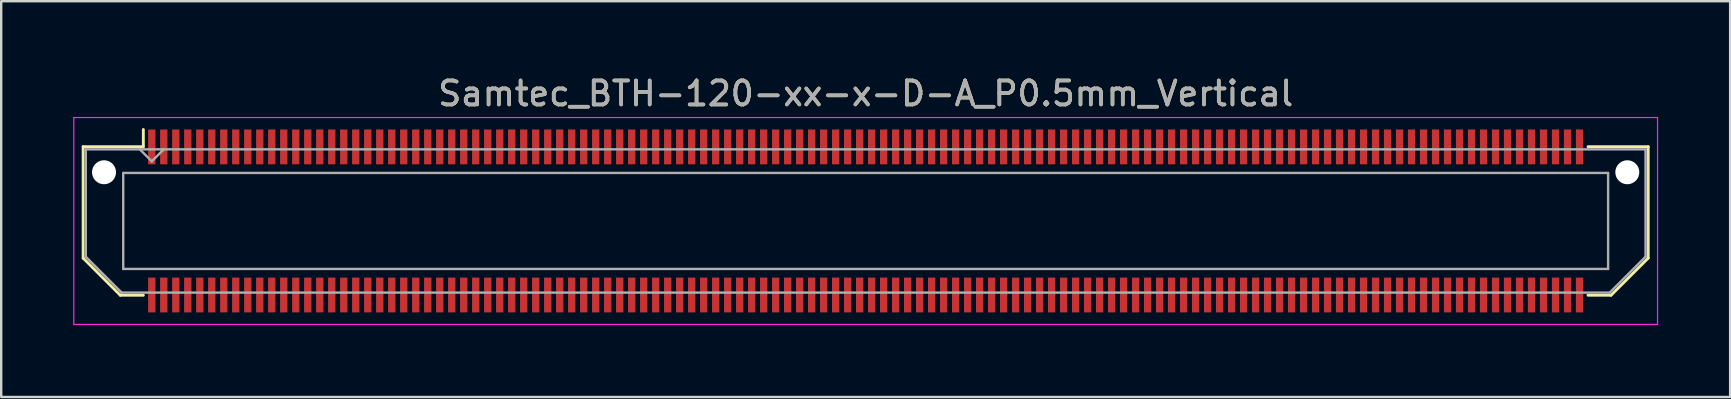
<source format=kicad_pcb>
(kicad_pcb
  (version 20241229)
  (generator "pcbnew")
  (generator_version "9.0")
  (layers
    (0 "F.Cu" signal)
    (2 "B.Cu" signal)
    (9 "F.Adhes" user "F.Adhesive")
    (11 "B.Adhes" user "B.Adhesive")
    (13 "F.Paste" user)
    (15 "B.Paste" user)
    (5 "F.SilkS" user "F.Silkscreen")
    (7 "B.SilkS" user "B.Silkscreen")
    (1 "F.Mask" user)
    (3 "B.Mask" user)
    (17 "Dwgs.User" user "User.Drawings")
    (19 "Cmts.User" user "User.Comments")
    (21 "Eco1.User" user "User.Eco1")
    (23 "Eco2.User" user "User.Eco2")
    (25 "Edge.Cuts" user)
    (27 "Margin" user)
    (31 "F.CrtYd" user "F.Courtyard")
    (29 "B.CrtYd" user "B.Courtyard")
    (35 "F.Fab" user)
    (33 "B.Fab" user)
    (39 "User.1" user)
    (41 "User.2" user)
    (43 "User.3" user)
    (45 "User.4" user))
  (footprint "Samtec_BTH-120-xx-x-D-A_P0.5mm_Vertical"
    (layer "F.Cu")
    (at 33.025 6.158)
    (property "Reference" "Samtec_BTH-120-xx-x-D-A_P0.5mm_Vertical" (at 0 -5.31 0) (layer "F.SilkS") (effects (font (size 1 1) (thickness 0.15))))
    (attr smd)
    (fp_line (start -32.61 -3.095) (end -32.61 1.548) (stroke (width 0.12) (type solid)) (layer "F.SilkS"))
    (fp_line (start -32.61 1.548) (end -31.062 3.095) (stroke (width 0.12) (type solid)) (layer "F.SilkS"))
    (fp_line (start -31.062 3.095) (end -30.102 3.095) (stroke (width 0.12) (type solid)) (layer "F.SilkS"))
    (fp_line (start -30.102 -3.811) (end -30.102 -3.095) (stroke (width 0.12) (type solid)) (layer "F.SilkS"))
    (fp_line (start -30.102 -3.095) (end -32.61 -3.095) (stroke (width 0.12) (type solid)) (layer "F.SilkS"))
    (fp_line (start 30.102 -3.095) (end 32.61 -3.095) (stroke (width 0.12) (type solid)) (layer "F.SilkS"))
    (fp_line (start 31.062 3.095) (end 30.102 3.095) (stroke (width 0.12) (type solid)) (layer "F.SilkS"))
    (fp_line (start 32.61 -3.095) (end 32.61 1.548) (stroke (width 0.12) (type solid)) (layer "F.SilkS"))
    (fp_line (start 32.61 1.548) (end 31.062 3.095) (stroke (width 0.12) (type solid)) (layer "F.SilkS"))
    (fp_line (start -33 -4.31) (end -33 4.31) (stroke (width 0.05) (type solid)) (layer "F.CrtYd"))
    (fp_line (start -33 4.31) (end 33 4.31) (stroke (width 0.05) (type solid)) (layer "F.CrtYd"))
    (fp_line (start 33 -4.31) (end -33 -4.31) (stroke (width 0.05) (type solid)) (layer "F.CrtYd"))
    (fp_line (start 33 4.31) (end 33 -4.31) (stroke (width 0.05) (type solid)) (layer "F.CrtYd"))
    (fp_line (start -32.5 -2.985) (end -32.5 1.492) (stroke (width 0.1) (type solid)) (layer "F.Fab"))
    (fp_line (start -32.5 -2.985) (end 32.5 -2.985) (stroke (width 0.1) (type solid)) (layer "F.Fab"))
    (fp_line (start -32.5 1.492) (end -31.008 2.985) (stroke (width 0.1) (type solid)) (layer "F.Fab"))
    (fp_line (start -31.008 2.985) (end 31.008 2.985) (stroke (width 0.1) (type solid)) (layer "F.Fab"))
    (fp_line (start -30.94 -2) (end -30.94 2) (stroke (width 0.1) (type solid)) (layer "F.Fab"))
    (fp_line (start -30.94 2) (end 30.94 2) (stroke (width 0.1) (type solid)) (layer "F.Fab"))
    (fp_line (start -29.75 -2.485) (end -30.25 -2.985) (stroke (width 0.1) (type solid)) (layer "F.Fab"))
    (fp_line (start -29.25 -2.985) (end -29.75 -2.485) (stroke (width 0.1) (type solid)) (layer "F.Fab"))
    (fp_line (start 30.94 -2) (end -30.94 -2) (stroke (width 0.1) (type solid)) (layer "F.Fab"))
    (fp_line (start 30.94 2) (end 30.94 -2) (stroke (width 0.1) (type solid)) (layer "F.Fab"))
    (fp_line (start 32.5 -2.985) (end 32.5 1.492) (stroke (width 0.1) (type solid)) (layer "F.Fab"))
    (fp_line (start 32.5 1.492) (end 31.008 2.985) (stroke (width 0.1) (type solid)) (layer "F.Fab"))
    (fp_text user "${REFERENCE}" (at 0 -5.31 0) (layer "F.Fab") (effects (font (size 1 1) (thickness 0.15))))
    (pad "" np_thru_hole circle (at -31.74 -2.03) (size 1 1) (drill 1) (layers "*.Cu" "*.Mask"))
    (pad "" np_thru_hole circle (at 31.74 -2.03) (size 1 1) (drill 1) (layers "*.Cu" "*.Mask"))
    (pad "1" smd rect (at -29.75 -3.086) (size 0.305 1.45) (layers "F.Cu" "F.Mask" "F.Paste"))
    (pad "2" smd rect (at -29.75 3.086) (size 0.305 1.45) (layers "F.Cu" "F.Mask" "F.Paste"))
    (pad "3" smd rect (at -29.25 -3.086) (size 0.305 1.45) (layers "F.Cu" "F.Mask" "F.Paste"))
    (pad "4" smd rect (at -29.25 3.086) (size 0.305 1.45) (layers "F.Cu" "F.Mask" "F.Paste"))
    (pad "5" smd rect (at -28.75 -3.086) (size 0.305 1.45) (layers "F.Cu" "F.Mask" "F.Paste"))
    (pad "6" smd rect (at -28.75 3.086) (size 0.305 1.45) (layers "F.Cu" "F.Mask" "F.Paste"))
    (pad "7" smd rect (at -28.25 -3.086) (size 0.305 1.45) (layers "F.Cu" "F.Mask" "F.Paste"))
    (pad "8" smd rect (at -28.25 3.086) (size 0.305 1.45) (layers "F.Cu" "F.Mask" "F.Paste"))
    (pad "9" smd rect (at -27.75 -3.086) (size 0.305 1.45) (layers "F.Cu" "F.Mask" "F.Paste"))
    (pad "10" smd rect (at -27.75 3.086) (size 0.305 1.45) (layers "F.Cu" "F.Mask" "F.Paste"))
    (pad "11" smd rect (at -27.25 -3.086) (size 0.305 1.45) (layers "F.Cu" "F.Mask" "F.Paste"))
    (pad "12" smd rect (at -27.25 3.086) (size 0.305 1.45) (layers "F.Cu" "F.Mask" "F.Paste"))
    (pad "13" smd rect (at -26.75 -3.086) (size 0.305 1.45) (layers "F.Cu" "F.Mask" "F.Paste"))
    (pad "14" smd rect (at -26.75 3.086) (size 0.305 1.45) (layers "F.Cu" "F.Mask" "F.Paste"))
    (pad "15" smd rect (at -26.25 -3.086) (size 0.305 1.45) (layers "F.Cu" "F.Mask" "F.Paste"))
    (pad "16" smd rect (at -26.25 3.086) (size 0.305 1.45) (layers "F.Cu" "F.Mask" "F.Paste"))
    (pad "17" smd rect (at -25.75 -3.086) (size 0.305 1.45) (layers "F.Cu" "F.Mask" "F.Paste"))
    (pad "18" smd rect (at -25.75 3.086) (size 0.305 1.45) (layers "F.Cu" "F.Mask" "F.Paste"))
    (pad "19" smd rect (at -25.25 -3.086) (size 0.305 1.45) (layers "F.Cu" "F.Mask" "F.Paste"))
    (pad "20" smd rect (at -25.25 3.086) (size 0.305 1.45) (layers "F.Cu" "F.Mask" "F.Paste"))
    (pad "21" smd rect (at -24.75 -3.086) (size 0.305 1.45) (layers "F.Cu" "F.Mask" "F.Paste"))
    (pad "22" smd rect (at -24.75 3.086) (size 0.305 1.45) (layers "F.Cu" "F.Mask" "F.Paste"))
    (pad "23" smd rect (at -24.25 -3.086) (size 0.305 1.45) (layers "F.Cu" "F.Mask" "F.Paste"))
    (pad "24" smd rect (at -24.25 3.086) (size 0.305 1.45) (layers "F.Cu" "F.Mask" "F.Paste"))
    (pad "25" smd rect (at -23.75 -3.086) (size 0.305 1.45) (layers "F.Cu" "F.Mask" "F.Paste"))
    (pad "26" smd rect (at -23.75 3.086) (size 0.305 1.45) (layers "F.Cu" "F.Mask" "F.Paste"))
    (pad "27" smd rect (at -23.25 -3.086) (size 0.305 1.45) (layers "F.Cu" "F.Mask" "F.Paste"))
    (pad "28" smd rect (at -23.25 3.086) (size 0.305 1.45) (layers "F.Cu" "F.Mask" "F.Paste"))
    (pad "29" smd rect (at -22.75 -3.086) (size 0.305 1.45) (layers "F.Cu" "F.Mask" "F.Paste"))
    (pad "30" smd rect (at -22.75 3.086) (size 0.305 1.45) (layers "F.Cu" "F.Mask" "F.Paste"))
    (pad "31" smd rect (at -22.25 -3.086) (size 0.305 1.45) (layers "F.Cu" "F.Mask" "F.Paste"))
    (pad "32" smd rect (at -22.25 3.086) (size 0.305 1.45) (layers "F.Cu" "F.Mask" "F.Paste"))
    (pad "33" smd rect (at -21.75 -3.086) (size 0.305 1.45) (layers "F.Cu" "F.Mask" "F.Paste"))
    (pad "34" smd rect (at -21.75 3.086) (size 0.305 1.45) (layers "F.Cu" "F.Mask" "F.Paste"))
    (pad "35" smd rect (at -21.25 -3.086) (size 0.305 1.45) (layers "F.Cu" "F.Mask" "F.Paste"))
    (pad "36" smd rect (at -21.25 3.086) (size 0.305 1.45) (layers "F.Cu" "F.Mask" "F.Paste"))
    (pad "37" smd rect (at -20.75 -3.086) (size 0.305 1.45) (layers "F.Cu" "F.Mask" "F.Paste"))
    (pad "38" smd rect (at -20.75 3.086) (size 0.305 1.45) (layers "F.Cu" "F.Mask" "F.Paste"))
    (pad "39" smd rect (at -20.25 -3.086) (size 0.305 1.45) (layers "F.Cu" "F.Mask" "F.Paste"))
    (pad "40" smd rect (at -20.25 3.086) (size 0.305 1.45) (layers "F.Cu" "F.Mask" "F.Paste"))
    (pad "41" smd rect (at -19.75 -3.086) (size 0.305 1.45) (layers "F.Cu" "F.Mask" "F.Paste"))
    (pad "42" smd rect (at -19.75 3.086) (size 0.305 1.45) (layers "F.Cu" "F.Mask" "F.Paste"))
    (pad "43" smd rect (at -19.25 -3.086) (size 0.305 1.45) (layers "F.Cu" "F.Mask" "F.Paste"))
    (pad "44" smd rect (at -19.25 3.086) (size 0.305 1.45) (layers "F.Cu" "F.Mask" "F.Paste"))
    (pad "45" smd rect (at -18.75 -3.086) (size 0.305 1.45) (layers "F.Cu" "F.Mask" "F.Paste"))
    (pad "46" smd rect (at -18.75 3.086) (size 0.305 1.45) (layers "F.Cu" "F.Mask" "F.Paste"))
    (pad "47" smd rect (at -18.25 -3.086) (size 0.305 1.45) (layers "F.Cu" "F.Mask" "F.Paste"))
    (pad "48" smd rect (at -18.25 3.086) (size 0.305 1.45) (layers "F.Cu" "F.Mask" "F.Paste"))
    (pad "49" smd rect (at -17.75 -3.086) (size 0.305 1.45) (layers "F.Cu" "F.Mask" "F.Paste"))
    (pad "50" smd rect (at -17.75 3.086) (size 0.305 1.45) (layers "F.Cu" "F.Mask" "F.Paste"))
    (pad "51" smd rect (at -17.25 -3.086) (size 0.305 1.45) (layers "F.Cu" "F.Mask" "F.Paste"))
    (pad "52" smd rect (at -17.25 3.086) (size 0.305 1.45) (layers "F.Cu" "F.Mask" "F.Paste"))
    (pad "53" smd rect (at -16.75 -3.086) (size 0.305 1.45) (layers "F.Cu" "F.Mask" "F.Paste"))
    (pad "54" smd rect (at -16.75 3.086) (size 0.305 1.45) (layers "F.Cu" "F.Mask" "F.Paste"))
    (pad "55" smd rect (at -16.25 -3.086) (size 0.305 1.45) (layers "F.Cu" "F.Mask" "F.Paste"))
    (pad "56" smd rect (at -16.25 3.086) (size 0.305 1.45) (layers "F.Cu" "F.Mask" "F.Paste"))
    (pad "57" smd rect (at -15.75 -3.086) (size 0.305 1.45) (layers "F.Cu" "F.Mask" "F.Paste"))
    (pad "58" smd rect (at -15.75 3.086) (size 0.305 1.45) (layers "F.Cu" "F.Mask" "F.Paste"))
    (pad "59" smd rect (at -15.25 -3.086) (size 0.305 1.45) (layers "F.Cu" "F.Mask" "F.Paste"))
    (pad "60" smd rect (at -15.25 3.086) (size 0.305 1.45) (layers "F.Cu" "F.Mask" "F.Paste"))
    (pad "61" smd rect (at -14.75 -3.086) (size 0.305 1.45) (layers "F.Cu" "F.Mask" "F.Paste"))
    (pad "62" smd rect (at -14.75 3.086) (size 0.305 1.45) (layers "F.Cu" "F.Mask" "F.Paste"))
    (pad "63" smd rect (at -14.25 -3.086) (size 0.305 1.45) (layers "F.Cu" "F.Mask" "F.Paste"))
    (pad "64" smd rect (at -14.25 3.086) (size 0.305 1.45) (layers "F.Cu" "F.Mask" "F.Paste"))
    (pad "65" smd rect (at -13.75 -3.086) (size 0.305 1.45) (layers "F.Cu" "F.Mask" "F.Paste"))
    (pad "66" smd rect (at -13.75 3.086) (size 0.305 1.45) (layers "F.Cu" "F.Mask" "F.Paste"))
    (pad "67" smd rect (at -13.25 -3.086) (size 0.305 1.45) (layers "F.Cu" "F.Mask" "F.Paste"))
    (pad "68" smd rect (at -13.25 3.086) (size 0.305 1.45) (layers "F.Cu" "F.Mask" "F.Paste"))
    (pad "69" smd rect (at -12.75 -3.086) (size 0.305 1.45) (layers "F.Cu" "F.Mask" "F.Paste"))
    (pad "70" smd rect (at -12.75 3.086) (size 0.305 1.45) (layers "F.Cu" "F.Mask" "F.Paste"))
    (pad "71" smd rect (at -12.25 -3.086) (size 0.305 1.45) (layers "F.Cu" "F.Mask" "F.Paste"))
    (pad "72" smd rect (at -12.25 3.086) (size 0.305 1.45) (layers "F.Cu" "F.Mask" "F.Paste"))
    (pad "73" smd rect (at -11.75 -3.086) (size 0.305 1.45) (layers "F.Cu" "F.Mask" "F.Paste"))
    (pad "74" smd rect (at -11.75 3.086) (size 0.305 1.45) (layers "F.Cu" "F.Mask" "F.Paste"))
    (pad "75" smd rect (at -11.25 -3.086) (size 0.305 1.45) (layers "F.Cu" "F.Mask" "F.Paste"))
    (pad "76" smd rect (at -11.25 3.086) (size 0.305 1.45) (layers "F.Cu" "F.Mask" "F.Paste"))
    (pad "77" smd rect (at -10.75 -3.086) (size 0.305 1.45) (layers "F.Cu" "F.Mask" "F.Paste"))
    (pad "78" smd rect (at -10.75 3.086) (size 0.305 1.45) (layers "F.Cu" "F.Mask" "F.Paste"))
    (pad "79" smd rect (at -10.25 -3.086) (size 0.305 1.45) (layers "F.Cu" "F.Mask" "F.Paste"))
    (pad "80" smd rect (at -10.25 3.086) (size 0.305 1.45) (layers "F.Cu" "F.Mask" "F.Paste"))
    (pad "81" smd rect (at -9.75 -3.086) (size 0.305 1.45) (layers "F.Cu" "F.Mask" "F.Paste"))
    (pad "82" smd rect (at -9.75 3.086) (size 0.305 1.45) (layers "F.Cu" "F.Mask" "F.Paste"))
    (pad "83" smd rect (at -9.25 -3.086) (size 0.305 1.45) (layers "F.Cu" "F.Mask" "F.Paste"))
    (pad "84" smd rect (at -9.25 3.086) (size 0.305 1.45) (layers "F.Cu" "F.Mask" "F.Paste"))
    (pad "85" smd rect (at -8.75 -3.086) (size 0.305 1.45) (layers "F.Cu" "F.Mask" "F.Paste"))
    (pad "86" smd rect (at -8.75 3.086) (size 0.305 1.45) (layers "F.Cu" "F.Mask" "F.Paste"))
    (pad "87" smd rect (at -8.25 -3.086) (size 0.305 1.45) (layers "F.Cu" "F.Mask" "F.Paste"))
    (pad "88" smd rect (at -8.25 3.086) (size 0.305 1.45) (layers "F.Cu" "F.Mask" "F.Paste"))
    (pad "89" smd rect (at -7.75 -3.086) (size 0.305 1.45) (layers "F.Cu" "F.Mask" "F.Paste"))
    (pad "90" smd rect (at -7.75 3.086) (size 0.305 1.45) (layers "F.Cu" "F.Mask" "F.Paste"))
    (pad "91" smd rect (at -7.25 -3.086) (size 0.305 1.45) (layers "F.Cu" "F.Mask" "F.Paste"))
    (pad "92" smd rect (at -7.25 3.086) (size 0.305 1.45) (layers "F.Cu" "F.Mask" "F.Paste"))
    (pad "93" smd rect (at -6.75 -3.086) (size 0.305 1.45) (layers "F.Cu" "F.Mask" "F.Paste"))
    (pad "94" smd rect (at -6.75 3.086) (size 0.305 1.45) (layers "F.Cu" "F.Mask" "F.Paste"))
    (pad "95" smd rect (at -6.25 -3.086) (size 0.305 1.45) (layers "F.Cu" "F.Mask" "F.Paste"))
    (pad "96" smd rect (at -6.25 3.086) (size 0.305 1.45) (layers "F.Cu" "F.Mask" "F.Paste"))
    (pad "97" smd rect (at -5.75 -3.086) (size 0.305 1.45) (layers "F.Cu" "F.Mask" "F.Paste"))
    (pad "98" smd rect (at -5.75 3.086) (size 0.305 1.45) (layers "F.Cu" "F.Mask" "F.Paste"))
    (pad "99" smd rect (at -5.25 -3.086) (size 0.305 1.45) (layers "F.Cu" "F.Mask" "F.Paste"))
    (pad "100" smd rect (at -5.25 3.086) (size 0.305 1.45) (layers "F.Cu" "F.Mask" "F.Paste"))
    (pad "101" smd rect (at -4.75 -3.086) (size 0.305 1.45) (layers "F.Cu" "F.Mask" "F.Paste"))
    (pad "102" smd rect (at -4.75 3.086) (size 0.305 1.45) (layers "F.Cu" "F.Mask" "F.Paste"))
    (pad "103" smd rect (at -4.25 -3.086) (size 0.305 1.45) (layers "F.Cu" "F.Mask" "F.Paste"))
    (pad "104" smd rect (at -4.25 3.086) (size 0.305 1.45) (layers "F.Cu" "F.Mask" "F.Paste"))
    (pad "105" smd rect (at -3.75 -3.086) (size 0.305 1.45) (layers "F.Cu" "F.Mask" "F.Paste"))
    (pad "106" smd rect (at -3.75 3.086) (size 0.305 1.45) (layers "F.Cu" "F.Mask" "F.Paste"))
    (pad "107" smd rect (at -3.25 -3.086) (size 0.305 1.45) (layers "F.Cu" "F.Mask" "F.Paste"))
    (pad "108" smd rect (at -3.25 3.086) (size 0.305 1.45) (layers "F.Cu" "F.Mask" "F.Paste"))
    (pad "109" smd rect (at -2.75 -3.086) (size 0.305 1.45) (layers "F.Cu" "F.Mask" "F.Paste"))
    (pad "110" smd rect (at -2.75 3.086) (size 0.305 1.45) (layers "F.Cu" "F.Mask" "F.Paste"))
    (pad "111" smd rect (at -2.25 -3.086) (size 0.305 1.45) (layers "F.Cu" "F.Mask" "F.Paste"))
    (pad "112" smd rect (at -2.25 3.086) (size 0.305 1.45) (layers "F.Cu" "F.Mask" "F.Paste"))
    (pad "113" smd rect (at -1.75 -3.086) (size 0.305 1.45) (layers "F.Cu" "F.Mask" "F.Paste"))
    (pad "114" smd rect (at -1.75 3.086) (size 0.305 1.45) (layers "F.Cu" "F.Mask" "F.Paste"))
    (pad "115" smd rect (at -1.25 -3.086) (size 0.305 1.45) (layers "F.Cu" "F.Mask" "F.Paste"))
    (pad "116" smd rect (at -1.25 3.086) (size 0.305 1.45) (layers "F.Cu" "F.Mask" "F.Paste"))
    (pad "117" smd rect (at -0.75 -3.086) (size 0.305 1.45) (layers "F.Cu" "F.Mask" "F.Paste"))
    (pad "118" smd rect (at -0.75 3.086) (size 0.305 1.45) (layers "F.Cu" "F.Mask" "F.Paste"))
    (pad "119" smd rect (at -0.25 -3.086) (size 0.305 1.45) (layers "F.Cu" "F.Mask" "F.Paste"))
    (pad "120" smd rect (at -0.25 3.086) (size 0.305 1.45) (layers "F.Cu" "F.Mask" "F.Paste"))
    (pad "121" smd rect (at 0.25 -3.086) (size 0.305 1.45) (layers "F.Cu" "F.Mask" "F.Paste"))
    (pad "122" smd rect (at 0.25 3.086) (size 0.305 1.45) (layers "F.Cu" "F.Mask" "F.Paste"))
    (pad "123" smd rect (at 0.75 -3.086) (size 0.305 1.45) (layers "F.Cu" "F.Mask" "F.Paste"))
    (pad "124" smd rect (at 0.75 3.086) (size 0.305 1.45) (layers "F.Cu" "F.Mask" "F.Paste"))
    (pad "125" smd rect (at 1.25 -3.086) (size 0.305 1.45) (layers "F.Cu" "F.Mask" "F.Paste"))
    (pad "126" smd rect (at 1.25 3.086) (size 0.305 1.45) (layers "F.Cu" "F.Mask" "F.Paste"))
    (pad "127" smd rect (at 1.75 -3.086) (size 0.305 1.45) (layers "F.Cu" "F.Mask" "F.Paste"))
    (pad "128" smd rect (at 1.75 3.086) (size 0.305 1.45) (layers "F.Cu" "F.Mask" "F.Paste"))
    (pad "129" smd rect (at 2.25 -3.086) (size 0.305 1.45) (layers "F.Cu" "F.Mask" "F.Paste"))
    (pad "130" smd rect (at 2.25 3.086) (size 0.305 1.45) (layers "F.Cu" "F.Mask" "F.Paste"))
    (pad "131" smd rect (at 2.75 -3.086) (size 0.305 1.45) (layers "F.Cu" "F.Mask" "F.Paste"))
    (pad "132" smd rect (at 2.75 3.086) (size 0.305 1.45) (layers "F.Cu" "F.Mask" "F.Paste"))
    (pad "133" smd rect (at 3.25 -3.086) (size 0.305 1.45) (layers "F.Cu" "F.Mask" "F.Paste"))
    (pad "134" smd rect (at 3.25 3.086) (size 0.305 1.45) (layers "F.Cu" "F.Mask" "F.Paste"))
    (pad "135" smd rect (at 3.75 -3.086) (size 0.305 1.45) (layers "F.Cu" "F.Mask" "F.Paste"))
    (pad "136" smd rect (at 3.75 3.086) (size 0.305 1.45) (layers "F.Cu" "F.Mask" "F.Paste"))
    (pad "137" smd rect (at 4.25 -3.086) (size 0.305 1.45) (layers "F.Cu" "F.Mask" "F.Paste"))
    (pad "138" smd rect (at 4.25 3.086) (size 0.305 1.45) (layers "F.Cu" "F.Mask" "F.Paste"))
    (pad "139" smd rect (at 4.75 -3.086) (size 0.305 1.45) (layers "F.Cu" "F.Mask" "F.Paste"))
    (pad "140" smd rect (at 4.75 3.086) (size 0.305 1.45) (layers "F.Cu" "F.Mask" "F.Paste"))
    (pad "141" smd rect (at 5.25 -3.086) (size 0.305 1.45) (layers "F.Cu" "F.Mask" "F.Paste"))
    (pad "142" smd rect (at 5.25 3.086) (size 0.305 1.45) (layers "F.Cu" "F.Mask" "F.Paste"))
    (pad "143" smd rect (at 5.75 -3.086) (size 0.305 1.45) (layers "F.Cu" "F.Mask" "F.Paste"))
    (pad "144" smd rect (at 5.75 3.086) (size 0.305 1.45) (layers "F.Cu" "F.Mask" "F.Paste"))
    (pad "145" smd rect (at 6.25 -3.086) (size 0.305 1.45) (layers "F.Cu" "F.Mask" "F.Paste"))
    (pad "146" smd rect (at 6.25 3.086) (size 0.305 1.45) (layers "F.Cu" "F.Mask" "F.Paste"))
    (pad "147" smd rect (at 6.75 -3.086) (size 0.305 1.45) (layers "F.Cu" "F.Mask" "F.Paste"))
    (pad "148" smd rect (at 6.75 3.086) (size 0.305 1.45) (layers "F.Cu" "F.Mask" "F.Paste"))
    (pad "149" smd rect (at 7.25 -3.086) (size 0.305 1.45) (layers "F.Cu" "F.Mask" "F.Paste"))
    (pad "150" smd rect (at 7.25 3.086) (size 0.305 1.45) (layers "F.Cu" "F.Mask" "F.Paste"))
    (pad "151" smd rect (at 7.75 -3.086) (size 0.305 1.45) (layers "F.Cu" "F.Mask" "F.Paste"))
    (pad "152" smd rect (at 7.75 3.086) (size 0.305 1.45) (layers "F.Cu" "F.Mask" "F.Paste"))
    (pad "153" smd rect (at 8.25 -3.086) (size 0.305 1.45) (layers "F.Cu" "F.Mask" "F.Paste"))
    (pad "154" smd rect (at 8.25 3.086) (size 0.305 1.45) (layers "F.Cu" "F.Mask" "F.Paste"))
    (pad "155" smd rect (at 8.75 -3.086) (size 0.305 1.45) (layers "F.Cu" "F.Mask" "F.Paste"))
    (pad "156" smd rect (at 8.75 3.086) (size 0.305 1.45) (layers "F.Cu" "F.Mask" "F.Paste"))
    (pad "157" smd rect (at 9.25 -3.086) (size 0.305 1.45) (layers "F.Cu" "F.Mask" "F.Paste"))
    (pad "158" smd rect (at 9.25 3.086) (size 0.305 1.45) (layers "F.Cu" "F.Mask" "F.Paste"))
    (pad "159" smd rect (at 9.75 -3.086) (size 0.305 1.45) (layers "F.Cu" "F.Mask" "F.Paste"))
    (pad "160" smd rect (at 9.75 3.086) (size 0.305 1.45) (layers "F.Cu" "F.Mask" "F.Paste"))
    (pad "161" smd rect (at 10.25 -3.086) (size 0.305 1.45) (layers "F.Cu" "F.Mask" "F.Paste"))
    (pad "162" smd rect (at 10.25 3.086) (size 0.305 1.45) (layers "F.Cu" "F.Mask" "F.Paste"))
    (pad "163" smd rect (at 10.75 -3.086) (size 0.305 1.45) (layers "F.Cu" "F.Mask" "F.Paste"))
    (pad "164" smd rect (at 10.75 3.086) (size 0.305 1.45) (layers "F.Cu" "F.Mask" "F.Paste"))
    (pad "165" smd rect (at 11.25 -3.086) (size 0.305 1.45) (layers "F.Cu" "F.Mask" "F.Paste"))
    (pad "166" smd rect (at 11.25 3.086) (size 0.305 1.45) (layers "F.Cu" "F.Mask" "F.Paste"))
    (pad "167" smd rect (at 11.75 -3.086) (size 0.305 1.45) (layers "F.Cu" "F.Mask" "F.Paste"))
    (pad "168" smd rect (at 11.75 3.086) (size 0.305 1.45) (layers "F.Cu" "F.Mask" "F.Paste"))
    (pad "169" smd rect (at 12.25 -3.086) (size 0.305 1.45) (layers "F.Cu" "F.Mask" "F.Paste"))
    (pad "170" smd rect (at 12.25 3.086) (size 0.305 1.45) (layers "F.Cu" "F.Mask" "F.Paste"))
    (pad "171" smd rect (at 12.75 -3.086) (size 0.305 1.45) (layers "F.Cu" "F.Mask" "F.Paste"))
    (pad "172" smd rect (at 12.75 3.086) (size 0.305 1.45) (layers "F.Cu" "F.Mask" "F.Paste"))
    (pad "173" smd rect (at 13.25 -3.086) (size 0.305 1.45) (layers "F.Cu" "F.Mask" "F.Paste"))
    (pad "174" smd rect (at 13.25 3.086) (size 0.305 1.45) (layers "F.Cu" "F.Mask" "F.Paste"))
    (pad "175" smd rect (at 13.75 -3.086) (size 0.305 1.45) (layers "F.Cu" "F.Mask" "F.Paste"))
    (pad "176" smd rect (at 13.75 3.086) (size 0.305 1.45) (layers "F.Cu" "F.Mask" "F.Paste"))
    (pad "177" smd rect (at 14.25 -3.086) (size 0.305 1.45) (layers "F.Cu" "F.Mask" "F.Paste"))
    (pad "178" smd rect (at 14.25 3.086) (size 0.305 1.45) (layers "F.Cu" "F.Mask" "F.Paste"))
    (pad "179" smd rect (at 14.75 -3.086) (size 0.305 1.45) (layers "F.Cu" "F.Mask" "F.Paste"))
    (pad "180" smd rect (at 14.75 3.086) (size 0.305 1.45) (layers "F.Cu" "F.Mask" "F.Paste"))
    (pad "181" smd rect (at 15.25 -3.086) (size 0.305 1.45) (layers "F.Cu" "F.Mask" "F.Paste"))
    (pad "182" smd rect (at 15.25 3.086) (size 0.305 1.45) (layers "F.Cu" "F.Mask" "F.Paste"))
    (pad "183" smd rect (at 15.75 -3.086) (size 0.305 1.45) (layers "F.Cu" "F.Mask" "F.Paste"))
    (pad "184" smd rect (at 15.75 3.086) (size 0.305 1.45) (layers "F.Cu" "F.Mask" "F.Paste"))
    (pad "185" smd rect (at 16.25 -3.086) (size 0.305 1.45) (layers "F.Cu" "F.Mask" "F.Paste"))
    (pad "186" smd rect (at 16.25 3.086) (size 0.305 1.45) (layers "F.Cu" "F.Mask" "F.Paste"))
    (pad "187" smd rect (at 16.75 -3.086) (size 0.305 1.45) (layers "F.Cu" "F.Mask" "F.Paste"))
    (pad "188" smd rect (at 16.75 3.086) (size 0.305 1.45) (layers "F.Cu" "F.Mask" "F.Paste"))
    (pad "189" smd rect (at 17.25 -3.086) (size 0.305 1.45) (layers "F.Cu" "F.Mask" "F.Paste"))
    (pad "190" smd rect (at 17.25 3.086) (size 0.305 1.45) (layers "F.Cu" "F.Mask" "F.Paste"))
    (pad "191" smd rect (at 17.75 -3.086) (size 0.305 1.45) (layers "F.Cu" "F.Mask" "F.Paste"))
    (pad "192" smd rect (at 17.75 3.086) (size 0.305 1.45) (layers "F.Cu" "F.Mask" "F.Paste"))
    (pad "193" smd rect (at 18.25 -3.086) (size 0.305 1.45) (layers "F.Cu" "F.Mask" "F.Paste"))
    (pad "194" smd rect (at 18.25 3.086) (size 0.305 1.45) (layers "F.Cu" "F.Mask" "F.Paste"))
    (pad "195" smd rect (at 18.75 -3.086) (size 0.305 1.45) (layers "F.Cu" "F.Mask" "F.Paste"))
    (pad "196" smd rect (at 18.75 3.086) (size 0.305 1.45) (layers "F.Cu" "F.Mask" "F.Paste"))
    (pad "197" smd rect (at 19.25 -3.086) (size 0.305 1.45) (layers "F.Cu" "F.Mask" "F.Paste"))
    (pad "198" smd rect (at 19.25 3.086) (size 0.305 1.45) (layers "F.Cu" "F.Mask" "F.Paste"))
    (pad "199" smd rect (at 19.75 -3.086) (size 0.305 1.45) (layers "F.Cu" "F.Mask" "F.Paste"))
    (pad "200" smd rect (at 19.75 3.086) (size 0.305 1.45) (layers "F.Cu" "F.Mask" "F.Paste"))
    (pad "201" smd rect (at 20.25 -3.086) (size 0.305 1.45) (layers "F.Cu" "F.Mask" "F.Paste"))
    (pad "202" smd rect (at 20.25 3.086) (size 0.305 1.45) (layers "F.Cu" "F.Mask" "F.Paste"))
    (pad "203" smd rect (at 20.75 -3.086) (size 0.305 1.45) (layers "F.Cu" "F.Mask" "F.Paste"))
    (pad "204" smd rect (at 20.75 3.086) (size 0.305 1.45) (layers "F.Cu" "F.Mask" "F.Paste"))
    (pad "205" smd rect (at 21.25 -3.086) (size 0.305 1.45) (layers "F.Cu" "F.Mask" "F.Paste"))
    (pad "206" smd rect (at 21.25 3.086) (size 0.305 1.45) (layers "F.Cu" "F.Mask" "F.Paste"))
    (pad "207" smd rect (at 21.75 -3.086) (size 0.305 1.45) (layers "F.Cu" "F.Mask" "F.Paste"))
    (pad "208" smd rect (at 21.75 3.086) (size 0.305 1.45) (layers "F.Cu" "F.Mask" "F.Paste"))
    (pad "209" smd rect (at 22.25 -3.086) (size 0.305 1.45) (layers "F.Cu" "F.Mask" "F.Paste"))
    (pad "210" smd rect (at 22.25 3.086) (size 0.305 1.45) (layers "F.Cu" "F.Mask" "F.Paste"))
    (pad "211" smd rect (at 22.75 -3.086) (size 0.305 1.45) (layers "F.Cu" "F.Mask" "F.Paste"))
    (pad "212" smd rect (at 22.75 3.086) (size 0.305 1.45) (layers "F.Cu" "F.Mask" "F.Paste"))
    (pad "213" smd rect (at 23.25 -3.086) (size 0.305 1.45) (layers "F.Cu" "F.Mask" "F.Paste"))
    (pad "214" smd rect (at 23.25 3.086) (size 0.305 1.45) (layers "F.Cu" "F.Mask" "F.Paste"))
    (pad "215" smd rect (at 23.75 -3.086) (size 0.305 1.45) (layers "F.Cu" "F.Mask" "F.Paste"))
    (pad "216" smd rect (at 23.75 3.086) (size 0.305 1.45) (layers "F.Cu" "F.Mask" "F.Paste"))
    (pad "217" smd rect (at 24.25 -3.086) (size 0.305 1.45) (layers "F.Cu" "F.Mask" "F.Paste"))
    (pad "218" smd rect (at 24.25 3.086) (size 0.305 1.45) (layers "F.Cu" "F.Mask" "F.Paste"))
    (pad "219" smd rect (at 24.75 -3.086) (size 0.305 1.45) (layers "F.Cu" "F.Mask" "F.Paste"))
    (pad "220" smd rect (at 24.75 3.086) (size 0.305 1.45) (layers "F.Cu" "F.Mask" "F.Paste"))
    (pad "221" smd rect (at 25.25 -3.086) (size 0.305 1.45) (layers "F.Cu" "F.Mask" "F.Paste"))
    (pad "222" smd rect (at 25.25 3.086) (size 0.305 1.45) (layers "F.Cu" "F.Mask" "F.Paste"))
    (pad "223" smd rect (at 25.75 -3.086) (size 0.305 1.45) (layers "F.Cu" "F.Mask" "F.Paste"))
    (pad "224" smd rect (at 25.75 3.086) (size 0.305 1.45) (layers "F.Cu" "F.Mask" "F.Paste"))
    (pad "225" smd rect (at 26.25 -3.086) (size 0.305 1.45) (layers "F.Cu" "F.Mask" "F.Paste"))
    (pad "226" smd rect (at 26.25 3.086) (size 0.305 1.45) (layers "F.Cu" "F.Mask" "F.Paste"))
    (pad "227" smd rect (at 26.75 -3.086) (size 0.305 1.45) (layers "F.Cu" "F.Mask" "F.Paste"))
    (pad "228" smd rect (at 26.75 3.086) (size 0.305 1.45) (layers "F.Cu" "F.Mask" "F.Paste"))
    (pad "229" smd rect (at 27.25 -3.086) (size 0.305 1.45) (layers "F.Cu" "F.Mask" "F.Paste"))
    (pad "230" smd rect (at 27.25 3.086) (size 0.305 1.45) (layers "F.Cu" "F.Mask" "F.Paste"))
    (pad "231" smd rect (at 27.75 -3.086) (size 0.305 1.45) (layers "F.Cu" "F.Mask" "F.Paste"))
    (pad "232" smd rect (at 27.75 3.086) (size 0.305 1.45) (layers "F.Cu" "F.Mask" "F.Paste"))
    (pad "233" smd rect (at 28.25 -3.086) (size 0.305 1.45) (layers "F.Cu" "F.Mask" "F.Paste"))
    (pad "234" smd rect (at 28.25 3.086) (size 0.305 1.45) (layers "F.Cu" "F.Mask" "F.Paste"))
    (pad "235" smd rect (at 28.75 -3.086) (size 0.305 1.45) (layers "F.Cu" "F.Mask" "F.Paste"))
    (pad "236" smd rect (at 28.75 3.086) (size 0.305 1.45) (layers "F.Cu" "F.Mask" "F.Paste"))
    (pad "237" smd rect (at 29.25 -3.086) (size 0.305 1.45) (layers "F.Cu" "F.Mask" "F.Paste"))
    (pad "238" smd rect (at 29.25 3.086) (size 0.305 1.45) (layers "F.Cu" "F.Mask" "F.Paste"))
    (pad "239" smd rect (at 29.75 -3.086) (size 0.305 1.45) (layers "F.Cu" "F.Mask" "F.Paste"))
    (pad "240" smd rect (at 29.75 3.086) (size 0.305 1.45) (layers "F.Cu" "F.Mask" "F.Paste")))
  (gr_rect
    (start -3 -3)
    (end 69.05 13.493)
    (stroke (width 0.1) (type default))
    (fill no)
    (layer "Edge.Cuts")))
</source>
